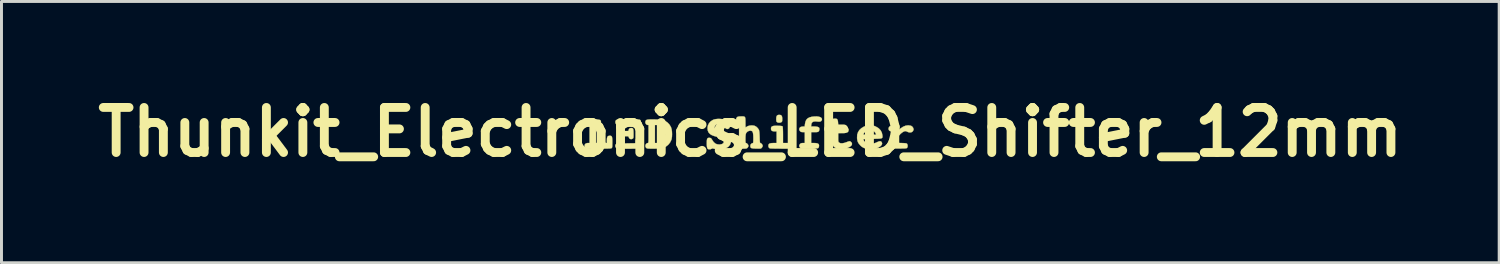
<source format=kicad_pcb>
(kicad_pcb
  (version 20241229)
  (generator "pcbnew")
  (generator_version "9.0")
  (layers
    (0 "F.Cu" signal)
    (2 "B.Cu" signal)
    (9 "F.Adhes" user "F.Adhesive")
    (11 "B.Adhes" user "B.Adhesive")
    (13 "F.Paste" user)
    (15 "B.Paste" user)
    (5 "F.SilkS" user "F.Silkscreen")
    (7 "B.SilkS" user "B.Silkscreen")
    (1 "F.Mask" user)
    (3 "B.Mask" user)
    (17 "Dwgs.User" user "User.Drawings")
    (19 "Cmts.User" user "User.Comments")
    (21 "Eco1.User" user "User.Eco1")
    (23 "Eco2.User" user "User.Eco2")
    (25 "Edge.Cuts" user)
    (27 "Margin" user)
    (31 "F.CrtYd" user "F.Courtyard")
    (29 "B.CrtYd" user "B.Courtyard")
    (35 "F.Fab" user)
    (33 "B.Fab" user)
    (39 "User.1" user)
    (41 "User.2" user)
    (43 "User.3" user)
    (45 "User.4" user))
  (footprint "Thunkit_Electronics_LED_Shifter_12mm"
    (layer "F.Cu")
    (at 22.323 1.418)
    (property "Reference" "Thunkit_Electronics_LED_Shifter_12mm" (at 0 0 0) (layer "F.SilkS") (effects (font (size 1.524 1.524) (thickness 0.3))))
    (attr through_hole)
    (fp_poly (pts (xy 1.024 -0.579) (xy 1.054 -0.56) (xy 1.072 -0.525) (xy 1.079 -0.47) (xy 1.079 -0.445) (xy 1.078 -0.397) (xy 1.074 -0.367) (xy 1.065 -0.349) (xy 1.051 -0.337) (xy 1.01 -0.321) (xy 0.96 -0.319) (xy 0.915 -0.331) (xy 0.905 -0.337) (xy 0.889 -0.351) (xy 0.881 -0.371) (xy 0.877 -0.403) (xy 0.876 -0.445) (xy 0.88 -0.508) (xy 0.894 -0.55) (xy 0.92 -0.574) (xy 0.96 -0.584) (xy 0.978 -0.584) (xy 1.024 -0.579)) (stroke (width 0.01) (type solid)) (fill yes) (layer "F.SilkS"))
    (fp_poly (pts (xy 0.927 -0.215) (xy 0.952 -0.214) (xy 1.016 -0.211) (xy 1.058 -0.206) (xy 1.083 -0.199) (xy 1.092 -0.191) (xy 1.096 -0.173) (xy 1.099 -0.133) (xy 1.102 -0.077) (xy 1.104 -0.007) (xy 1.105 0.072) (xy 1.105 0.098) (xy 1.105 0.368) (xy 1.213 0.368) (xy 1.268 0.369) (xy 1.303 0.372) (xy 1.326 0.379) (xy 1.344 0.391) (xy 1.353 0.399) (xy 1.375 0.43) (xy 1.384 0.462) (xy 1.384 0.464) (xy 1.375 0.495) (xy 1.354 0.527) (xy 1.353 0.528) (xy 1.322 0.559) (xy 1.001 0.558) (xy 0.912 0.557) (xy 0.831 0.556) (xy 0.762 0.555) (xy 0.708 0.553) (xy 0.673 0.552) (xy 0.66 0.55) (xy 0.628 0.526) (xy 0.611 0.485) (xy 0.61 0.464) (xy 0.615 0.425) (xy 0.633 0.397) (xy 0.667 0.38) (xy 0.72 0.371) (xy 0.787 0.368) (xy 0.889 0.368) (xy 0.889 -0.025) (xy 0.822 -0.025) (xy 0.762 -0.031) (xy 0.724 -0.048) (xy 0.703 -0.079) (xy 0.699 -0.114) (xy 0.702 -0.152) (xy 0.716 -0.179) (xy 0.743 -0.198) (xy 0.785 -0.21) (xy 0.845 -0.215) (xy 0.927 -0.215)) (stroke (width 0.01) (type solid)) (fill yes) (layer "F.SilkS"))
    (fp_poly (pts (xy -5.33 -0.43) (xy -5.294 -0.43) (xy -5.21 -0.427) (xy -5.148 -0.424) (xy -5.105 -0.417) (xy -5.077 -0.407) (xy -5.061 -0.391) (xy -5.053 -0.369) (xy -5.051 -0.339) (xy -5.051 -0.339) (xy -5.058 -0.29) (xy -5.083 -0.259) (xy -5.128 -0.243) (xy -5.158 -0.241) (xy -5.22 -0.241) (xy -5.22 0.368) (xy -4.851 0.368) (xy -4.851 0.274) (xy -4.848 0.207) (xy -4.835 0.162) (xy -4.812 0.135) (xy -4.776 0.123) (xy -4.758 0.122) (xy -4.725 0.124) (xy -4.701 0.132) (xy -4.685 0.15) (xy -4.675 0.18) (xy -4.67 0.227) (xy -4.667 0.295) (xy -4.667 0.344) (xy -4.668 0.416) (xy -4.669 0.466) (xy -4.671 0.499) (xy -4.676 0.52) (xy -4.684 0.533) (xy -4.692 0.541) (xy -4.703 0.546) (xy -4.723 0.55) (xy -4.753 0.553) (xy -4.797 0.555) (xy -4.857 0.557) (xy -4.936 0.558) (xy -5.035 0.559) (xy -5.132 0.559) (xy -5.246 0.559) (xy -5.338 0.558) (xy -5.409 0.558) (xy -5.464 0.556) (xy -5.504 0.554) (xy -5.532 0.551) (xy -5.552 0.548) (xy -5.565 0.543) (xy -5.575 0.536) (xy -5.576 0.535) (xy -5.599 0.506) (xy -5.606 0.464) (xy -5.596 0.416) (xy -5.566 0.385) (xy -5.518 0.37) (xy -5.491 0.368) (xy -5.436 0.368) (xy -5.436 -0.241) (xy -5.492 -0.241) (xy -5.541 -0.244) (xy -5.571 -0.253) (xy -5.59 -0.272) (xy -5.601 -0.299) (xy -5.607 -0.349) (xy -5.591 -0.39) (xy -5.555 -0.417) (xy -5.538 -0.423) (xy -5.51 -0.426) (xy -5.462 -0.429) (xy -5.4 -0.43) (xy -5.33 -0.43)) (stroke (width 0.01) (type solid)) (fill yes) (layer "F.SilkS"))
    (fp_poly (pts (xy 5.416 -0.219) (xy 5.443 -0.21) (xy 5.48 -0.183) (xy 5.507 -0.144) (xy 5.52 -0.1) (xy 5.517 -0.072) (xy 5.492 -0.025) (xy 5.451 0.003) (xy 5.4 0.012) (xy 5.339 0.000304) (xy 5.306 -0.014) (xy 5.269 -0.03) (xy 5.24 -0.034) (xy 5.206 -0.027) (xy 5.171 -0.01) (xy 5.129 0.017) (xy 5.094 0.046) (xy 5.029 0.104) (xy 5.029 0.366) (xy 5.157 0.37) (xy 5.217 0.373) (xy 5.257 0.377) (xy 5.282 0.383) (xy 5.297 0.392) (xy 5.303 0.399) (xy 5.318 0.438) (xy 5.319 0.484) (xy 5.306 0.525) (xy 5.303 0.528) (xy 5.296 0.536) (xy 5.285 0.542) (xy 5.267 0.546) (xy 5.239 0.55) (xy 5.197 0.552) (xy 5.138 0.553) (xy 5.059 0.554) (xy 5.002 0.555) (xy 4.918 0.555) (xy 4.843 0.555) (xy 4.78 0.554) (xy 4.732 0.553) (xy 4.704 0.551) (xy 4.699 0.55) (xy 4.667 0.525) (xy 4.65 0.484) (xy 4.648 0.464) (xy 4.655 0.42) (xy 4.677 0.391) (xy 4.719 0.376) (xy 4.748 0.371) (xy 4.813 0.365) (xy 4.813 -0.025) (xy 4.769 -0.025) (xy 4.723 -0.036) (xy 4.69 -0.063) (xy 4.674 -0.101) (xy 4.678 -0.145) (xy 4.697 -0.179) (xy 4.712 -0.193) (xy 4.731 -0.202) (xy 4.761 -0.208) (xy 4.808 -0.212) (xy 4.835 -0.213) (xy 4.904 -0.215) (xy 4.951 -0.212) (xy 4.981 -0.201) (xy 4.997 -0.181) (xy 5.003 -0.15) (xy 5.004 -0.127) (xy 5.004 -0.064) (xy 5.082 -0.126) (xy 5.167 -0.183) (xy 5.252 -0.218) (xy 5.337 -0.23) (xy 5.416 -0.219)) (stroke (width 0.01) (type solid)) (fill yes) (layer "F.SilkS"))
    (fp_poly (pts (xy 2.318 -0.522) (xy 2.373 -0.503) (xy 2.408 -0.476) (xy 2.423 -0.441) (xy 2.418 -0.409) (xy 2.399 -0.377) (xy 2.369 -0.359) (xy 2.322 -0.353) (xy 2.271 -0.357) (xy 2.194 -0.363) (xy 2.137 -0.356) (xy 2.098 -0.337) (xy 2.073 -0.302) (xy 2.061 -0.252) (xy 2.061 -0.248) (xy 2.054 -0.191) (xy 2.15 -0.191) (xy 2.229 -0.187) (xy 2.286 -0.175) (xy 2.321 -0.156) (xy 2.327 -0.148) (xy 2.337 -0.114) (xy 2.333 -0.071) (xy 2.319 -0.034) (xy 2.311 -0.025) (xy 2.295 -0.013) (xy 2.273 -0.005) (xy 2.24 -0.001) (xy 2.189 -0.000045) (xy 2.172 0) (xy 2.057 0) (xy 2.057 0.368) (xy 2.153 0.368) (xy 2.226 0.372) (xy 2.277 0.384) (xy 2.309 0.404) (xy 2.314 0.411) (xy 2.323 0.442) (xy 2.322 0.481) (xy 2.312 0.518) (xy 2.306 0.528) (xy 2.299 0.536) (xy 2.288 0.542) (xy 2.269 0.547) (xy 2.241 0.55) (xy 2.199 0.552) (xy 2.14 0.554) (xy 2.061 0.555) (xy 2.001 0.556) (xy 1.715 0.56) (xy 1.683 0.528) (xy 1.656 0.487) (xy 1.655 0.445) (xy 1.678 0.404) (xy 1.682 0.399) (xy 1.709 0.379) (xy 1.741 0.37) (xy 1.777 0.368) (xy 1.841 0.368) (xy 1.841 0) (xy 1.777 0) (xy 1.733 -0.003) (xy 1.702 -0.015) (xy 1.682 -0.031) (xy 1.656 -0.072) (xy 1.655 -0.115) (xy 1.674 -0.153) (xy 1.697 -0.172) (xy 1.732 -0.183) (xy 1.768 -0.188) (xy 1.839 -0.193) (xy 1.847 -0.27) (xy 1.863 -0.352) (xy 1.892 -0.416) (xy 1.937 -0.464) (xy 1.999 -0.498) (xy 2.08 -0.52) (xy 2.16 -0.529) (xy 2.247 -0.531) (xy 2.318 -0.522)) (stroke (width 0.01) (type solid)) (fill yes) (layer "F.SilkS"))
    (fp_poly (pts (xy -3.135 -0.425) (xy -3.035 -0.415) (xy -2.951 -0.399) (xy -2.887 -0.38) (xy -2.874 -0.374) (xy -2.801 -0.325) (xy -2.737 -0.258) (xy -2.688 -0.178) (xy -2.678 -0.154) (xy -2.661 -0.092) (xy -2.65 -0.015) (xy -2.647 0.07) (xy -2.65 0.153) (xy -2.661 0.226) (xy -2.67 0.26) (xy -2.715 0.352) (xy -2.779 0.43) (xy -2.858 0.491) (xy -2.949 0.532) (xy -3.002 0.545) (xy -3.043 0.55) (xy -3.103 0.554) (xy -3.175 0.557) (xy -3.251 0.559) (xy -3.286 0.559) (xy -3.364 0.559) (xy -3.42 0.557) (xy -3.46 0.555) (xy -3.487 0.551) (xy -3.505 0.544) (xy -3.519 0.535) (xy -3.519 0.535) (xy -3.543 0.502) (xy -3.549 0.462) (xy -3.539 0.422) (xy -3.516 0.389) (xy -3.482 0.37) (xy -3.466 0.368) (xy -3.458 0.367) (xy -3.452 0.362) (xy -3.448 0.349) (xy -3.445 0.326) (xy -3.443 0.29) (xy -3.442 0.237) (xy -3.442 0.165) (xy -3.442 0.071) (xy -3.442 0.064) (xy -3.442 -0.241) (xy -3.226 -0.241) (xy -3.226 0.368) (xy -3.165 0.368) (xy -3.116 0.365) (xy -3.066 0.357) (xy -3.054 0.354) (xy -2.996 0.326) (xy -2.946 0.278) (xy -2.909 0.217) (xy -2.896 0.177) (xy -2.884 0.097) (xy -2.887 0.015) (xy -2.903 -0.062) (xy -2.929 -0.129) (xy -2.966 -0.179) (xy -2.968 -0.181) (xy -3.009 -0.207) (xy -3.066 -0.227) (xy -3.129 -0.239) (xy -3.164 -0.241) (xy -3.226 -0.241) (xy -3.442 -0.241) (xy -3.473 -0.241) (xy -3.507 -0.253) (xy -3.535 -0.281) (xy -3.55 -0.32) (xy -3.55 -0.349) (xy -3.542 -0.379) (xy -3.528 -0.401) (xy -3.505 -0.415) (xy -3.468 -0.423) (xy -3.413 -0.428) (xy -3.362 -0.43) (xy -3.245 -0.43) (xy -3.135 -0.425)) (stroke (width 0.01) (type solid)) (fill yes) (layer "F.SilkS"))
    (fp_poly (pts (xy 2.902 -0.454) (xy 2.93 -0.442) (xy 2.949 -0.417) (xy 2.961 -0.375) (xy 2.967 -0.314) (xy 2.969 -0.286) (xy 2.975 -0.165) (xy 3.12 -0.165) (xy 3.183 -0.165) (xy 3.226 -0.163) (xy 3.254 -0.159) (xy 3.274 -0.152) (xy 3.289 -0.141) (xy 3.298 -0.133) (xy 3.32 -0.104) (xy 3.325 -0.075) (xy 3.322 -0.06) (xy 3.314 -0.029) (xy 3.301 -0.007) (xy 3.28 0.007) (xy 3.245 0.016) (xy 3.193 0.021) (xy 3.124 0.023) (xy 2.972 0.028) (xy 2.972 0.178) (xy 2.972 0.242) (xy 2.973 0.285) (xy 2.977 0.314) (xy 2.983 0.332) (xy 2.993 0.345) (xy 3.007 0.356) (xy 3.051 0.376) (xy 3.111 0.378) (xy 3.188 0.362) (xy 3.262 0.336) (xy 3.31 0.318) (xy 3.341 0.309) (xy 3.362 0.308) (xy 3.38 0.314) (xy 3.389 0.319) (xy 3.422 0.349) (xy 3.438 0.388) (xy 3.434 0.429) (xy 3.431 0.435) (xy 3.399 0.472) (xy 3.347 0.507) (xy 3.279 0.537) (xy 3.27 0.54) (xy 3.215 0.554) (xy 3.147 0.563) (xy 3.074 0.567) (xy 3.005 0.566) (xy 2.946 0.56) (xy 2.915 0.552) (xy 2.851 0.516) (xy 2.802 0.466) (xy 2.772 0.406) (xy 2.77 0.399) (xy 2.764 0.365) (xy 2.76 0.312) (xy 2.757 0.249) (xy 2.756 0.185) (xy 2.756 0.025) (xy 2.712 0.025) (xy 2.665 0.02) (xy 2.622 0.007) (xy 2.593 -0.011) (xy 2.588 -0.017) (xy 2.582 -0.039) (xy 2.578 -0.073) (xy 2.578 -0.079) (xy 2.587 -0.122) (xy 2.613 -0.149) (xy 2.66 -0.163) (xy 2.695 -0.165) (xy 2.756 -0.165) (xy 2.756 -0.286) (xy 2.758 -0.356) (xy 2.766 -0.404) (xy 2.781 -0.434) (xy 2.807 -0.451) (xy 2.846 -0.457) (xy 2.862 -0.457) (xy 2.902 -0.454)) (stroke (width 0.01) (type solid)) (fill yes) (layer "F.SilkS"))
    (fp_poly (pts (xy 4.105 -0.222) (xy 4.149 -0.219) (xy 4.184 -0.212) (xy 4.218 -0.199) (xy 4.257 -0.18) (xy 4.343 -0.127) (xy 4.406 -0.06) (xy 4.447 0.019) (xy 4.466 0.106) (xy 4.469 0.14) (xy 4.469 0.167) (xy 4.463 0.187) (xy 4.449 0.202) (xy 4.424 0.212) (xy 4.384 0.218) (xy 4.328 0.222) (xy 4.253 0.224) (xy 4.155 0.226) (xy 4.129 0.226) (xy 4.018 0.228) (xy 3.932 0.231) (xy 3.871 0.234) (xy 3.835 0.239) (xy 3.823 0.244) (xy 3.831 0.269) (xy 3.852 0.303) (xy 3.878 0.336) (xy 3.905 0.36) (xy 3.906 0.361) (xy 3.97 0.389) (xy 4.048 0.399) (xy 4.134 0.392) (xy 4.224 0.367) (xy 4.283 0.341) (xy 4.342 0.315) (xy 4.386 0.306) (xy 4.418 0.314) (xy 4.438 0.333) (xy 4.456 0.373) (xy 4.452 0.412) (xy 4.424 0.454) (xy 4.407 0.471) (xy 4.341 0.518) (xy 4.258 0.55) (xy 4.155 0.567) (xy 4.066 0.571) (xy 4.006 0.569) (xy 3.949 0.564) (xy 3.906 0.557) (xy 3.893 0.554) (xy 3.822 0.526) (xy 3.764 0.49) (xy 3.713 0.442) (xy 3.665 0.385) (xy 3.634 0.33) (xy 3.617 0.268) (xy 3.609 0.202) (xy 3.613 0.098) (xy 3.619 0.078) (xy 3.823 0.078) (xy 3.835 0.082) (xy 3.868 0.085) (xy 3.918 0.087) (xy 3.982 0.089) (xy 4.039 0.089) (xy 4.109 0.088) (xy 4.171 0.087) (xy 4.218 0.085) (xy 4.247 0.082) (xy 4.254 0.079) (xy 4.246 0.056) (xy 4.226 0.024) (xy 4.2 -0.008) (xy 4.174 -0.031) (xy 4.172 -0.033) (xy 4.13 -0.05) (xy 4.074 -0.059) (xy 4.013 -0.06) (xy 3.957 -0.053) (xy 3.925 -0.042) (xy 3.894 -0.02) (xy 3.862 0.011) (xy 3.837 0.045) (xy 3.823 0.073) (xy 3.823 0.078) (xy 3.619 0.078) (xy 3.639 0.008) (xy 3.686 -0.069) (xy 3.755 -0.134) (xy 3.833 -0.181) (xy 3.874 -0.2) (xy 3.908 -0.212) (xy 3.943 -0.219) (xy 3.987 -0.222) (xy 4.045 -0.222) (xy 4.105 -0.222)) (stroke (width 0.01) (type solid)) (fill yes) (layer "F.SilkS"))
    (fp_poly (pts (xy -0.72 -0.439) (xy -0.711 -0.418) (xy -0.703 -0.378) (xy -0.697 -0.328) (xy -0.693 -0.273) (xy -0.692 -0.221) (xy -0.694 -0.179) (xy -0.699 -0.158) (xy -0.724 -0.123) (xy -0.764 -0.106) (xy -0.799 -0.108) (xy -0.831 -0.124) (xy -0.864 -0.162) (xy -0.874 -0.177) (xy -0.907 -0.226) (xy -0.941 -0.257) (xy -0.982 -0.274) (xy -1.036 -0.281) (xy -1.09 -0.281) (xy -1.134 -0.269) (xy -1.172 -0.24) (xy -1.199 -0.202) (xy -1.206 -0.168) (xy -1.203 -0.141) (xy -1.191 -0.119) (xy -1.168 -0.1) (xy -1.129 -0.084) (xy -1.072 -0.067) (xy -0.994 -0.049) (xy -0.974 -0.044) (xy -0.868 -0.017) (xy -0.786 0.017) (xy -0.725 0.059) (xy -0.683 0.111) (xy -0.658 0.174) (xy -0.648 0.252) (xy -0.648 0.267) (xy -0.659 0.357) (xy -0.69 0.432) (xy -0.741 0.493) (xy -0.814 0.538) (xy -0.853 0.554) (xy -0.904 0.566) (xy -0.971 0.574) (xy -1.045 0.578) (xy -1.119 0.577) (xy -1.184 0.571) (xy -1.233 0.561) (xy -1.235 0.561) (xy -1.269 0.551) (xy -1.292 0.554) (xy -1.311 0.564) (xy -1.355 0.581) (xy -1.411 0.579) (xy -1.424 0.576) (xy -1.445 0.561) (xy -1.46 0.53) (xy -1.469 0.479) (xy -1.473 0.406) (xy -1.473 0.377) (xy -1.472 0.303) (xy -1.466 0.251) (xy -1.454 0.217) (xy -1.434 0.199) (xy -1.405 0.192) (xy -1.381 0.193) (xy -1.35 0.197) (xy -1.328 0.208) (xy -1.309 0.232) (xy -1.292 0.26) (xy -1.243 0.332) (xy -1.19 0.381) (xy -1.131 0.409) (xy -1.06 0.418) (xy -1.014 0.416) (xy -0.954 0.402) (xy -0.913 0.372) (xy -0.893 0.329) (xy -0.891 0.295) (xy -0.898 0.265) (xy -0.914 0.24) (xy -0.943 0.219) (xy -0.988 0.199) (xy -1.053 0.179) (xy -1.1 0.166) (xy -1.181 0.144) (xy -1.242 0.125) (xy -1.287 0.108) (xy -1.323 0.09) (xy -1.353 0.07) (xy -1.37 0.056) (xy -1.413 0.009) (xy -1.438 -0.05) (xy -1.448 -0.123) (xy -1.448 -0.135) (xy -1.436 -0.22) (xy -1.401 -0.295) (xy -1.347 -0.359) (xy -1.274 -0.408) (xy -1.227 -0.428) (xy -1.167 -0.441) (xy -1.095 -0.448) (xy -1.02 -0.447) (xy -0.951 -0.44) (xy -0.908 -0.429) (xy -0.874 -0.417) (xy -0.853 -0.417) (xy -0.833 -0.428) (xy -0.827 -0.433) (xy -0.787 -0.453) (xy -0.748 -0.454) (xy -0.72 -0.439)) (stroke (width 0.01) (type solid)) (fill yes) (layer "F.SilkS"))
    (fp_poly (pts (xy -3.934 -0.43) (xy -3.862 -0.429) (xy -3.808 -0.427) (xy -3.769 -0.424) (xy -3.745 -0.42) (xy -3.734 -0.416) (xy -3.72 -0.407) (xy -3.711 -0.396) (xy -3.705 -0.377) (xy -3.702 -0.345) (xy -3.699 -0.295) (xy -3.698 -0.259) (xy -3.697 -0.195) (xy -3.698 -0.152) (xy -3.702 -0.123) (xy -3.709 -0.103) (xy -3.719 -0.088) (xy -3.745 -0.066) (xy -3.782 -0.06) (xy -3.792 -0.06) (xy -3.832 -0.067) (xy -3.858 -0.088) (xy -3.871 -0.126) (xy -3.873 -0.174) (xy -3.873 -0.241) (xy -4.255 -0.241) (xy -4.255 -0.038) (xy -4.185 -0.038) (xy -4.145 -0.039) (xy -4.124 -0.043) (xy -4.116 -0.054) (xy -4.115 -0.069) (xy -4.104 -0.107) (xy -4.074 -0.132) (xy -4.032 -0.14) (xy -4 -0.137) (xy -3.978 -0.128) (xy -3.963 -0.107) (xy -3.955 -0.072) (xy -3.951 -0.019) (xy -3.95 0.051) (xy -3.95 0.116) (xy -3.951 0.159) (xy -3.954 0.187) (xy -3.96 0.204) (xy -3.97 0.215) (xy -3.982 0.224) (xy -4.024 0.238) (xy -4.064 0.232) (xy -4.096 0.206) (xy -4.108 0.181) (xy -4.117 0.157) (xy -4.129 0.145) (xy -4.153 0.14) (xy -4.187 0.14) (xy -4.255 0.14) (xy -4.255 0.382) (xy -4.067 0.378) (xy -3.88 0.375) (xy -3.876 0.299) (xy -3.869 0.24) (xy -3.853 0.203) (xy -3.825 0.183) (xy -3.783 0.178) (xy -3.75 0.181) (xy -3.726 0.193) (xy -3.71 0.216) (xy -3.701 0.256) (xy -3.697 0.314) (xy -3.696 0.377) (xy -3.696 0.443) (xy -3.699 0.489) (xy -3.704 0.518) (xy -3.712 0.535) (xy -3.716 0.539) (xy -3.734 0.545) (xy -3.775 0.55) (xy -3.833 0.554) (xy -3.904 0.558) (xy -3.986 0.56) (xy -4.073 0.561) (xy -4.163 0.561) (xy -4.251 0.56) (xy -4.333 0.558) (xy -4.406 0.555) (xy -4.466 0.551) (xy -4.508 0.546) (xy -4.53 0.54) (xy -4.558 0.507) (xy -4.567 0.466) (xy -4.558 0.425) (xy -4.532 0.391) (xy -4.508 0.377) (xy -4.47 0.363) (xy -4.47 0.061) (xy -4.471 -0.035) (xy -4.471 -0.107) (xy -4.472 -0.161) (xy -4.474 -0.198) (xy -4.477 -0.221) (xy -4.481 -0.234) (xy -4.487 -0.24) (xy -4.494 -0.241) (xy -4.525 -0.252) (xy -4.549 -0.281) (xy -4.562 -0.319) (xy -4.563 -0.36) (xy -4.549 -0.395) (xy -4.542 -0.403) (xy -4.534 -0.41) (xy -4.521 -0.415) (xy -4.5 -0.419) (xy -4.469 -0.422) (xy -4.426 -0.424) (xy -4.366 -0.426) (xy -4.287 -0.427) (xy -4.187 -0.428) (xy -4.143 -0.429) (xy -4.027 -0.43) (xy -3.934 -0.43)) (stroke (width 0.01) (type solid)) (fill yes) (layer "F.SilkS"))
    (fp_poly (pts (xy -0.252 -0.533) (xy -0.216 -0.529) (xy -0.191 -0.517) (xy -0.176 -0.495) (xy -0.169 -0.459) (xy -0.166 -0.405) (xy -0.165 -0.329) (xy -0.165 -0.321) (xy -0.165 -0.252) (xy -0.164 -0.205) (xy -0.162 -0.177) (xy -0.158 -0.164) (xy -0.152 -0.162) (xy -0.144 -0.168) (xy -0.142 -0.169) (xy -0.091 -0.201) (xy -0.025 -0.221) (xy 0.048 -0.228) (xy 0.118 -0.221) (xy 0.149 -0.212) (xy 0.203 -0.182) (xy 0.252 -0.135) (xy 0.287 -0.082) (xy 0.29 -0.077) (xy 0.299 -0.045) (xy 0.306 0.004) (xy 0.311 0.074) (xy 0.315 0.166) (xy 0.315 0.168) (xy 0.317 0.246) (xy 0.32 0.301) (xy 0.324 0.338) (xy 0.329 0.359) (xy 0.335 0.368) (xy 0.339 0.368) (xy 0.365 0.379) (xy 0.392 0.405) (xy 0.412 0.437) (xy 0.419 0.464) (xy 0.41 0.495) (xy 0.388 0.527) (xy 0.387 0.529) (xy 0.373 0.542) (xy 0.358 0.551) (xy 0.338 0.556) (xy 0.307 0.558) (xy 0.262 0.558) (xy 0.196 0.557) (xy 0.195 0.557) (xy 0.121 0.554) (xy 0.068 0.548) (xy 0.033 0.539) (xy 0.013 0.524) (xy 0.003 0.5) (xy 0.000033 0.468) (xy 0 0.462) (xy 0.011 0.416) (xy 0.042 0.385) (xy 0.071 0.373) (xy 0.084 0.369) (xy 0.092 0.362) (xy 0.098 0.347) (xy 0.1 0.319) (xy 0.101 0.275) (xy 0.102 0.21) (xy 0.102 0.21) (xy 0.1 0.121) (xy 0.094 0.055) (xy 0.084 0.008) (xy 0.069 -0.023) (xy 0.05 -0.038) (xy 0.003 -0.05) (xy -0.048 -0.042) (xy -0.096 -0.018) (xy -0.134 0.021) (xy -0.147 0.044) (xy -0.158 0.088) (xy -0.164 0.157) (xy -0.165 0.228) (xy -0.165 0.291) (xy -0.163 0.332) (xy -0.159 0.356) (xy -0.152 0.366) (xy -0.145 0.368) (xy -0.118 0.379) (xy -0.091 0.405) (xy -0.07 0.437) (xy -0.064 0.464) (xy -0.072 0.495) (xy -0.094 0.527) (xy -0.095 0.528) (xy -0.11 0.541) (xy -0.126 0.55) (xy -0.149 0.555) (xy -0.185 0.558) (xy -0.238 0.558) (xy -0.269 0.558) (xy -0.334 0.557) (xy -0.387 0.553) (xy -0.425 0.548) (xy -0.438 0.544) (xy -0.467 0.522) (xy -0.48 0.493) (xy -0.482 0.461) (xy -0.473 0.425) (xy -0.448 0.392) (xy -0.415 0.372) (xy -0.398 0.368) (xy -0.393 0.364) (xy -0.389 0.351) (xy -0.386 0.325) (xy -0.384 0.285) (xy -0.382 0.228) (xy -0.381 0.151) (xy -0.381 0.052) (xy -0.381 0.015) (xy -0.381 -0.338) (xy -0.422 -0.35) (xy -0.458 -0.371) (xy -0.478 -0.406) (xy -0.481 -0.446) (xy -0.467 -0.485) (xy -0.436 -0.515) (xy -0.432 -0.517) (xy -0.404 -0.525) (xy -0.359 -0.531) (xy -0.308 -0.533) (xy -0.303 -0.533) (xy -0.252 -0.533)) (stroke (width 0.01) (type solid)) (fill yes) (layer "F.SilkS")))
  (gr_rect
    (start -3 -3)
    (end 47.646 5.836)
    (stroke (width 0.1) (type default))
    (fill no)
    (layer "Edge.Cuts")))
</source>
